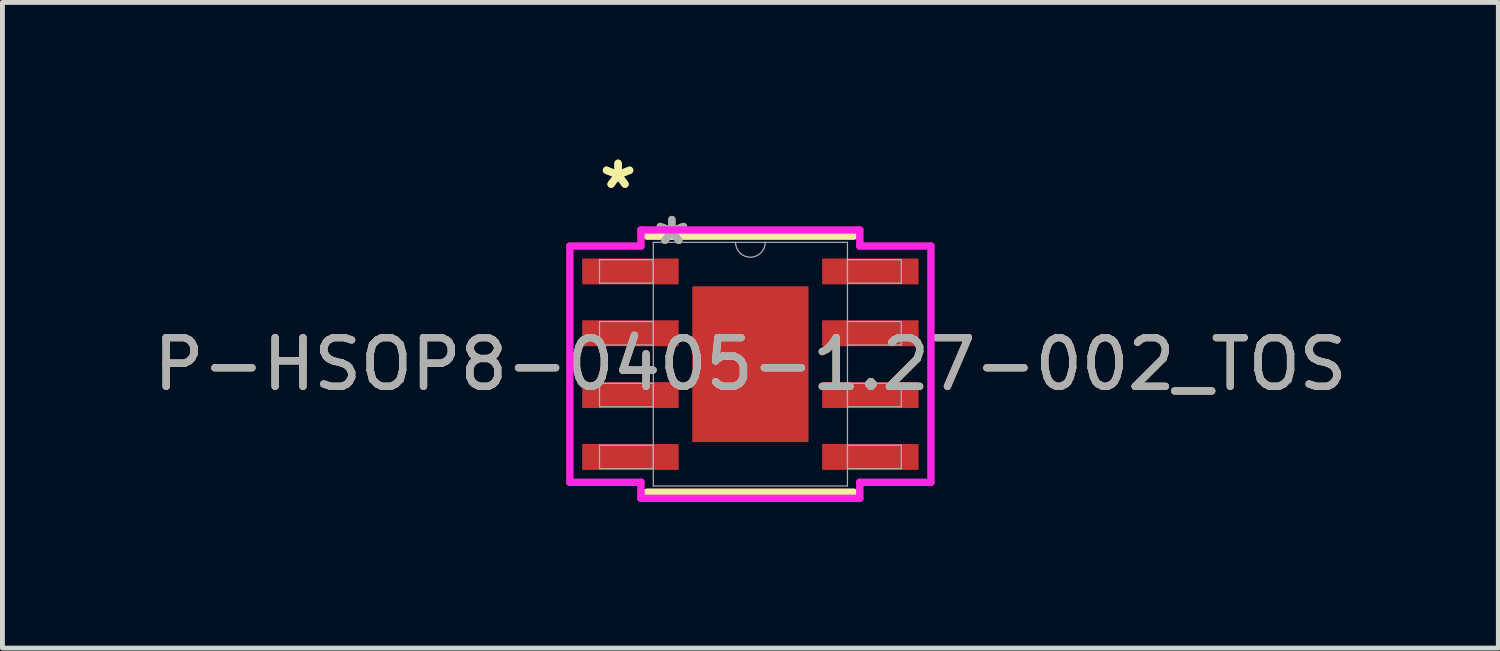
<source format=kicad_pcb>
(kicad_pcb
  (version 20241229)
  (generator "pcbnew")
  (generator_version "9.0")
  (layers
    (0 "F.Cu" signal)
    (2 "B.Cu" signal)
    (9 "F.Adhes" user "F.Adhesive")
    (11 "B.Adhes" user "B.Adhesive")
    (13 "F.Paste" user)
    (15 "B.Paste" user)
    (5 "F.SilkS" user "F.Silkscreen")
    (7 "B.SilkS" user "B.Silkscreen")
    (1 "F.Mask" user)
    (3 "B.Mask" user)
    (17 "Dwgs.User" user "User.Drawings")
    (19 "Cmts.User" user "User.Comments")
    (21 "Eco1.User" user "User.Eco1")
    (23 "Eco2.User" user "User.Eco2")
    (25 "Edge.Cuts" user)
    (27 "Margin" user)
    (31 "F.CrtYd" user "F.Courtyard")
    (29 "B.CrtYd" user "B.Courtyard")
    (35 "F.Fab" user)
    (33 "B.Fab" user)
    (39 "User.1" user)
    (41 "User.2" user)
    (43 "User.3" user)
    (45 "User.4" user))
  (footprint "P-HSOP8-0405-1.27-002_TOS"
    (layer "F.Cu")
    (at 12.363 4.43)
    (property "Reference" "P-HSOP8-0405-1.27-002_TOS" (at 0 0 0) (unlocked yes) (layer "F.SilkS") (effects (font (size 1 1) (thickness 0.15))))
    (attr smd)
    (fp_line (start -2.121 2.629) (end 2.121 2.629) (stroke (width 0.152) (type solid)) (layer "F.SilkS"))
    (fp_line (start 2.121 -2.629) (end -2.121 -2.629) (stroke (width 0.152) (type solid)) (layer "F.SilkS"))
    (fp_poly (pts (xy -1.094 -1.5) (xy -1.094 -0.1) (xy 1.094 -0.1) (xy 1.094 -1.5)) (stroke (width 0) (type solid)) (fill yes) (layer "F.Paste"))
    (fp_poly (pts (xy -1.094 0.1) (xy -1.094 1.5) (xy 1.094 1.5) (xy 1.094 0.1)) (stroke (width 0) (type solid)) (fill yes) (layer "F.Paste"))
    (fp_line (start -3.708 -2.426) (end -2.248 -2.426) (stroke (width 0.152) (type solid)) (layer "F.CrtYd"))
    (fp_line (start -3.708 2.426) (end -3.708 -2.426) (stroke (width 0.152) (type solid)) (layer "F.CrtYd"))
    (fp_line (start -3.708 2.426) (end -2.248 2.426) (stroke (width 0.152) (type solid)) (layer "F.CrtYd"))
    (fp_line (start -2.248 -2.756) (end 2.248 -2.756) (stroke (width 0.152) (type solid)) (layer "F.CrtYd"))
    (fp_line (start -2.248 -2.426) (end -2.248 -2.756) (stroke (width 0.152) (type solid)) (layer "F.CrtYd"))
    (fp_line (start -2.248 2.756) (end -2.248 2.426) (stroke (width 0.152) (type solid)) (layer "F.CrtYd"))
    (fp_line (start 2.248 -2.756) (end 2.248 -2.426) (stroke (width 0.152) (type solid)) (layer "F.CrtYd"))
    (fp_line (start 2.248 2.426) (end 2.248 2.756) (stroke (width 0.152) (type solid)) (layer "F.CrtYd"))
    (fp_line (start 2.248 2.756) (end -2.248 2.756) (stroke (width 0.152) (type solid)) (layer "F.CrtYd"))
    (fp_line (start 3.708 -2.426) (end 2.248 -2.426) (stroke (width 0.152) (type solid)) (layer "F.CrtYd"))
    (fp_line (start 3.708 -2.426) (end 3.708 2.426) (stroke (width 0.152) (type solid)) (layer "F.CrtYd"))
    (fp_line (start 3.708 2.426) (end 2.248 2.426) (stroke (width 0.152) (type solid)) (layer "F.CrtYd"))
    (fp_line (start -3.099 -2.146) (end -3.099 -1.664) (stroke (width 0.025) (type solid)) (layer "F.Fab"))
    (fp_line (start -3.099 -1.664) (end -1.994 -1.664) (stroke (width 0.025) (type solid)) (layer "F.Fab"))
    (fp_line (start -3.099 -0.876) (end -3.099 -0.394) (stroke (width 0.025) (type solid)) (layer "F.Fab"))
    (fp_line (start -3.099 -0.394) (end -1.994 -0.394) (stroke (width 0.025) (type solid)) (layer "F.Fab"))
    (fp_line (start -3.099 0.394) (end -3.099 0.876) (stroke (width 0.025) (type solid)) (layer "F.Fab"))
    (fp_line (start -3.099 0.876) (end -1.994 0.876) (stroke (width 0.025) (type solid)) (layer "F.Fab"))
    (fp_line (start -3.099 1.664) (end -3.099 2.146) (stroke (width 0.025) (type solid)) (layer "F.Fab"))
    (fp_line (start -3.099 2.146) (end -1.994 2.146) (stroke (width 0.025) (type solid)) (layer "F.Fab"))
    (fp_line (start -1.994 -2.502) (end -1.994 2.502) (stroke (width 0.025) (type solid)) (layer "F.Fab"))
    (fp_line (start -1.994 -2.146) (end -3.099 -2.146) (stroke (width 0.025) (type solid)) (layer "F.Fab"))
    (fp_line (start -1.994 -1.664) (end -1.994 -2.146) (stroke (width 0.025) (type solid)) (layer "F.Fab"))
    (fp_line (start -1.994 -0.876) (end -3.099 -0.876) (stroke (width 0.025) (type solid)) (layer "F.Fab"))
    (fp_line (start -1.994 -0.394) (end -1.994 -0.876) (stroke (width 0.025) (type solid)) (layer "F.Fab"))
    (fp_line (start -1.994 0.394) (end -3.099 0.394) (stroke (width 0.025) (type solid)) (layer "F.Fab"))
    (fp_line (start -1.994 0.876) (end -1.994 0.394) (stroke (width 0.025) (type solid)) (layer "F.Fab"))
    (fp_line (start -1.994 1.664) (end -3.099 1.664) (stroke (width 0.025) (type solid)) (layer "F.Fab"))
    (fp_line (start -1.994 2.146) (end -1.994 1.664) (stroke (width 0.025) (type solid)) (layer "F.Fab"))
    (fp_line (start -1.994 2.502) (end 1.994 2.502) (stroke (width 0.025) (type solid)) (layer "F.Fab"))
    (fp_line (start 1.994 -2.502) (end -1.994 -2.502) (stroke (width 0.025) (type solid)) (layer "F.Fab"))
    (fp_line (start 1.994 -2.146) (end 1.994 -1.664) (stroke (width 0.025) (type solid)) (layer "F.Fab"))
    (fp_line (start 1.994 -1.664) (end 3.099 -1.664) (stroke (width 0.025) (type solid)) (layer "F.Fab"))
    (fp_line (start 1.994 -0.876) (end 1.994 -0.394) (stroke (width 0.025) (type solid)) (layer "F.Fab"))
    (fp_line (start 1.994 -0.394) (end 3.099 -0.394) (stroke (width 0.025) (type solid)) (layer "F.Fab"))
    (fp_line (start 1.994 0.394) (end 1.994 0.876) (stroke (width 0.025) (type solid)) (layer "F.Fab"))
    (fp_line (start 1.994 0.876) (end 3.099 0.876) (stroke (width 0.025) (type solid)) (layer "F.Fab"))
    (fp_line (start 1.994 1.664) (end 1.994 2.146) (stroke (width 0.025) (type solid)) (layer "F.Fab"))
    (fp_line (start 1.994 2.146) (end 3.099 2.146) (stroke (width 0.025) (type solid)) (layer "F.Fab"))
    (fp_line (start 1.994 2.502) (end 1.994 -2.502) (stroke (width 0.025) (type solid)) (layer "F.Fab"))
    (fp_line (start 3.099 -2.146) (end 1.994 -2.146) (stroke (width 0.025) (type solid)) (layer "F.Fab"))
    (fp_line (start 3.099 -1.664) (end 3.099 -2.146) (stroke (width 0.025) (type solid)) (layer "F.Fab"))
    (fp_line (start 3.099 -0.876) (end 1.994 -0.876) (stroke (width 0.025) (type solid)) (layer "F.Fab"))
    (fp_line (start 3.099 -0.394) (end 3.099 -0.876) (stroke (width 0.025) (type solid)) (layer "F.Fab"))
    (fp_line (start 3.099 0.394) (end 1.994 0.394) (stroke (width 0.025) (type solid)) (layer "F.Fab"))
    (fp_line (start 3.099 0.876) (end 3.099 0.394) (stroke (width 0.025) (type solid)) (layer "F.Fab"))
    (fp_line (start 3.099 1.664) (end 1.994 1.664) (stroke (width 0.025) (type solid)) (layer "F.Fab"))
    (fp_line (start 3.099 2.146) (end 3.099 1.664) (stroke (width 0.025) (type solid)) (layer "F.Fab"))
    (fp_arc (start 0.3048 -2.5019) (mid 0 -2.1971) (end -0.3048 -2.5019) (stroke (width 0.0254) (type solid)) (layer "F.Fab"))
    (fp_text user "*" (at -2.718 -3.581 0) (layer "F.SilkS") (effects (font (size 1 1) (thickness 0.15))))
    (fp_text user "*" (at -2.718 -3.581 0) (unlocked yes) (layer "F.SilkS") (effects (font (size 1 1) (thickness 0.15))))
    (fp_text user "${REFERENCE}" (at 0 0 0) (unlocked yes) (layer "F.Fab") (effects (font (size 1 1) (thickness 0.15))))
    (fp_text user "*" (at -1.613 -2.426 0) (layer "F.Fab") (effects (font (size 1 1) (thickness 0.15))))
    (fp_text user "*" (at -1.613 -2.426 0) (unlocked yes) (layer "F.Fab") (effects (font (size 1 1) (thickness 0.15))))
    (pad "1" smd rect (at -2.464 -1.905) (size 1.981 0.533) (layers "F.Cu" "F.Mask" "F.Paste"))
    (pad "2" smd rect (at -2.464 -0.635) (size 1.981 0.533) (layers "F.Cu" "F.Mask" "F.Paste"))
    (pad "3" smd rect (at -2.464 0.635) (size 1.981 0.533) (layers "F.Cu" "F.Mask" "F.Paste"))
    (pad "4" smd rect (at -2.464 1.905) (size 1.981 0.533) (layers "F.Cu" "F.Mask" "F.Paste"))
    (pad "5" smd rect (at 2.464 1.905) (size 1.981 0.533) (layers "F.Cu" "F.Mask" "F.Paste"))
    (pad "6" smd rect (at 2.464 0.635) (size 1.981 0.533) (layers "F.Cu" "F.Mask" "F.Paste"))
    (pad "7" smd rect (at 2.464 -0.635) (size 1.981 0.533) (layers "F.Cu" "F.Mask" "F.Paste"))
    (pad "8" smd rect (at 2.464 -1.905) (size 1.981 0.533) (layers "F.Cu" "F.Mask" "F.Paste"))
    (pad "EPAD" smd rect (at 0 0) (size 2.388 3.2) (layers "F.Cu" "F.Mask")))
  (gr_rect
    (start -3 -3)
    (end 27.726 10.262)
    (stroke (width 0.1) (type default))
    (fill no)
    (layer "Edge.Cuts")))
</source>
